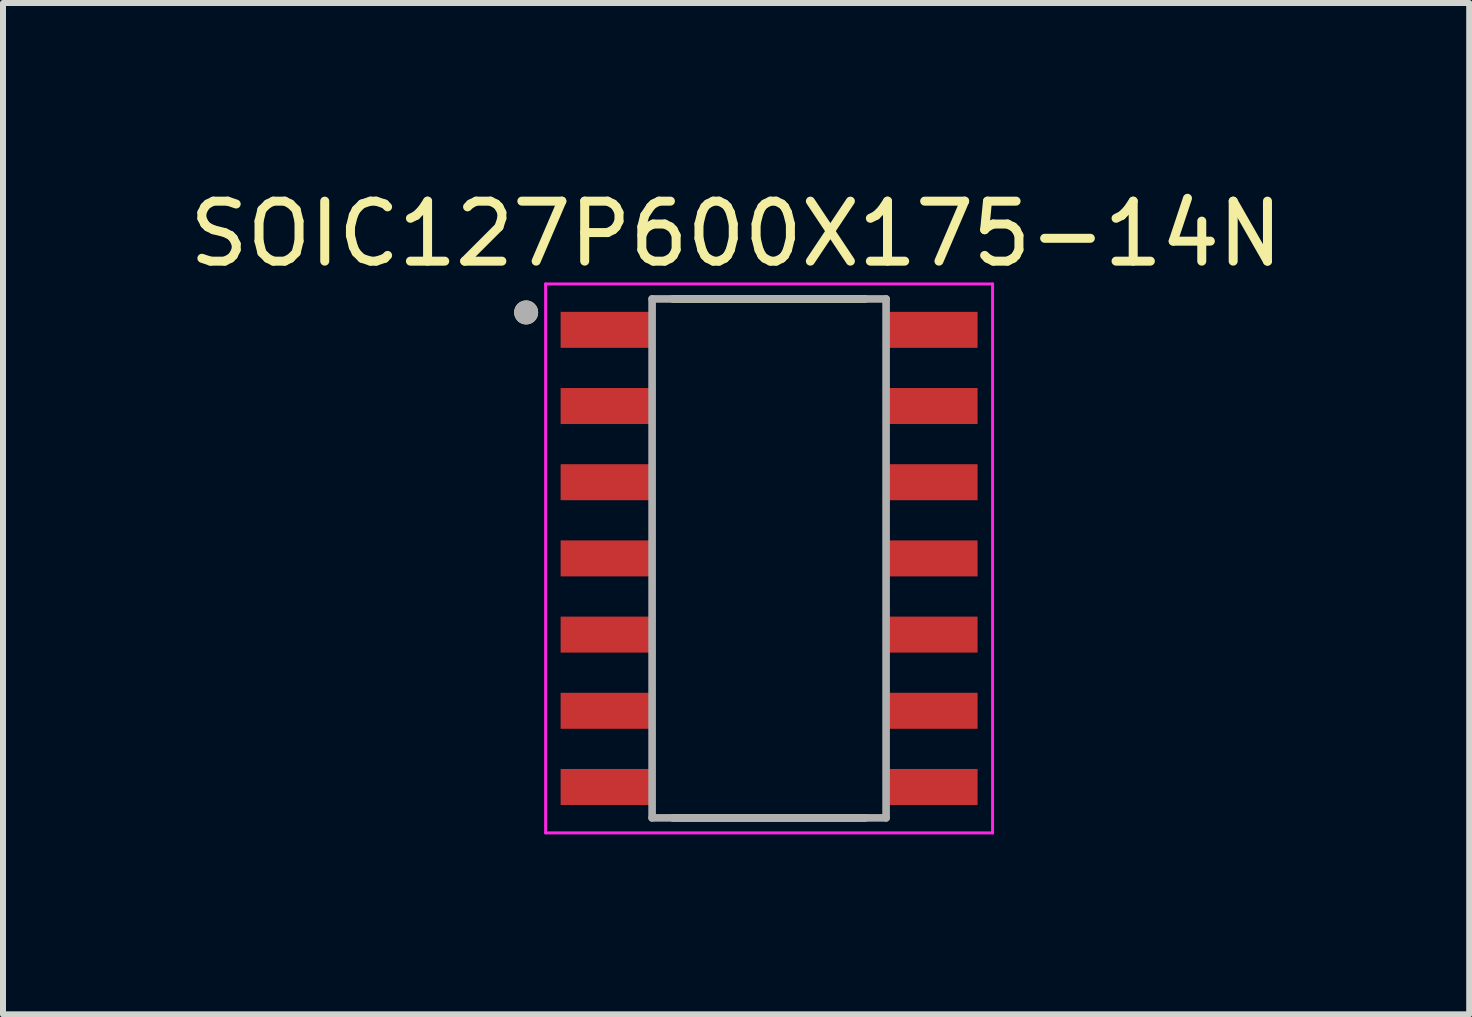
<source format=kicad_pcb>
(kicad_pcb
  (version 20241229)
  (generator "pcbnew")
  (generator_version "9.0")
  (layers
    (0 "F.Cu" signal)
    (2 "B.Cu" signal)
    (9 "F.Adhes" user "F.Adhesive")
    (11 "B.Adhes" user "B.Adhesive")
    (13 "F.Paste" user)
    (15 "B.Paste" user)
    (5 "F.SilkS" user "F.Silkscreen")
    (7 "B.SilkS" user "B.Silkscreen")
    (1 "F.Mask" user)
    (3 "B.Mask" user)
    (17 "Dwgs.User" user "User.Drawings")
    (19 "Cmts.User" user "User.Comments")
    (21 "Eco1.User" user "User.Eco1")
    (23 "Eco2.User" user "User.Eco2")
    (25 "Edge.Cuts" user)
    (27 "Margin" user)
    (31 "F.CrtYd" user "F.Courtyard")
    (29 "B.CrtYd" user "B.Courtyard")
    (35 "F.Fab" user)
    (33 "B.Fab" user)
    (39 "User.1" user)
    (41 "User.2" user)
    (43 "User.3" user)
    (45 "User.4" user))
  (footprint "SOIC127P600X175-14N"
    (layer "F.Cu")
    (at 9.77 6.258)
    (property "Reference" "SOIC127P600X175-14N" (at -0.55 -5.41 0) (layer "F.SilkS") (effects (font (size 1 1) (thickness 0.15))))
    (attr through_hole)
    (fp_line (start -1.605 -4.325) (end 1.605 -4.325) (stroke (width 0.127) (type solid)) (layer "F.SilkS"))
    (fp_line (start -1.605 4.325) (end 1.605 4.325) (stroke (width 0.127) (type solid)) (layer "F.SilkS"))
    (fp_circle (center -4.05 -4.1) (end -3.95 -4.1) (stroke (width 0.2) (type solid)) (fill no) (layer "F.SilkS"))
    (fp_poly (pts (xy -3.45 -4.085) (xy -1.95 -4.085) (xy -1.95 -3.535) (xy -3.45 -3.535)) (stroke (width 0.01) (type solid)) (fill yes) (layer "F.Paste"))
    (fp_poly (pts (xy -3.45 -2.815) (xy -1.95 -2.815) (xy -1.95 -2.265) (xy -3.45 -2.265)) (stroke (width 0.01) (type solid)) (fill yes) (layer "F.Paste"))
    (fp_poly (pts (xy -3.45 -1.545) (xy -1.95 -1.545) (xy -1.95 -0.995) (xy -3.45 -0.995)) (stroke (width 0.01) (type solid)) (fill yes) (layer "F.Paste"))
    (fp_poly (pts (xy -3.45 -0.275) (xy -1.95 -0.275) (xy -1.95 0.275) (xy -3.45 0.275)) (stroke (width 0.01) (type solid)) (fill yes) (layer "F.Paste"))
    (fp_poly (pts (xy -3.45 0.995) (xy -1.95 0.995) (xy -1.95 1.545) (xy -3.45 1.545)) (stroke (width 0.01) (type solid)) (fill yes) (layer "F.Paste"))
    (fp_poly (pts (xy -3.45 2.265) (xy -1.95 2.265) (xy -1.95 2.815) (xy -3.45 2.815)) (stroke (width 0.01) (type solid)) (fill yes) (layer "F.Paste"))
    (fp_poly (pts (xy -3.45 3.535) (xy -1.95 3.535) (xy -1.95 4.085) (xy -3.45 4.085)) (stroke (width 0.01) (type solid)) (fill yes) (layer "F.Paste"))
    (fp_poly (pts (xy 1.95 -4.085) (xy 3.45 -4.085) (xy 3.45 -3.535) (xy 1.95 -3.535)) (stroke (width 0.01) (type solid)) (fill yes) (layer "F.Paste"))
    (fp_poly (pts (xy 1.95 -2.815) (xy 3.45 -2.815) (xy 3.45 -2.265) (xy 1.95 -2.265)) (stroke (width 0.01) (type solid)) (fill yes) (layer "F.Paste"))
    (fp_poly (pts (xy 1.95 -1.545) (xy 3.45 -1.545) (xy 3.45 -0.995) (xy 1.95 -0.995)) (stroke (width 0.01) (type solid)) (fill yes) (layer "F.Paste"))
    (fp_poly (pts (xy 1.95 -0.275) (xy 3.45 -0.275) (xy 3.45 0.275) (xy 1.95 0.275)) (stroke (width 0.01) (type solid)) (fill yes) (layer "F.Paste"))
    (fp_poly (pts (xy 1.95 0.995) (xy 3.45 0.995) (xy 3.45 1.545) (xy 1.95 1.545)) (stroke (width 0.01) (type solid)) (fill yes) (layer "F.Paste"))
    (fp_poly (pts (xy 1.95 2.265) (xy 3.45 2.265) (xy 3.45 2.815) (xy 1.95 2.815)) (stroke (width 0.01) (type solid)) (fill yes) (layer "F.Paste"))
    (fp_poly (pts (xy 1.95 3.535) (xy 3.45 3.535) (xy 3.45 4.085) (xy 1.95 4.085)) (stroke (width 0.01) (type solid)) (fill yes) (layer "F.Paste"))
    (fp_line (start -3.725 -4.575) (end -3.725 4.575) (stroke (width 0.05) (type solid)) (layer "F.CrtYd"))
    (fp_line (start -3.725 4.575) (end 3.725 4.575) (stroke (width 0.05) (type solid)) (layer "F.CrtYd"))
    (fp_line (start 3.725 -4.575) (end -3.725 -4.575) (stroke (width 0.05) (type solid)) (layer "F.CrtYd"))
    (fp_line (start 3.725 4.575) (end 3.725 -4.575) (stroke (width 0.05) (type solid)) (layer "F.CrtYd"))
    (fp_line (start -1.95 -4.325) (end 1.95 -4.325) (stroke (width 0.127) (type solid)) (layer "F.Fab"))
    (fp_line (start -1.95 4.325) (end -1.95 -4.325) (stroke (width 0.127) (type solid)) (layer "F.Fab"))
    (fp_line (start 1.95 -4.325) (end 1.95 4.325) (stroke (width 0.127) (type solid)) (layer "F.Fab"))
    (fp_line (start 1.95 4.325) (end -1.95 4.325) (stroke (width 0.127) (type solid)) (layer "F.Fab"))
    (fp_circle (center -4.05 -4.1) (end -3.95 -4.1) (stroke (width 0.2) (type solid)) (fill no) (layer "F.Fab"))
    (pad "1" smd rect (at -2.7 -3.81) (size 1.55 0.6) (layers "F.Cu" "F.Mask"))
    (pad "2" smd rect (at -2.7 -2.54) (size 1.55 0.6) (layers "F.Cu" "F.Mask"))
    (pad "3" smd rect (at -2.7 -1.27) (size 1.55 0.6) (layers "F.Cu" "F.Mask"))
    (pad "4" smd rect (at -2.7 0) (size 1.55 0.6) (layers "F.Cu" "F.Mask"))
    (pad "5" smd rect (at -2.7 1.27) (size 1.55 0.6) (layers "F.Cu" "F.Mask"))
    (pad "6" smd rect (at -2.7 2.54) (size 1.55 0.6) (layers "F.Cu" "F.Mask"))
    (pad "7" smd rect (at -2.7 3.81) (size 1.55 0.6) (layers "F.Cu" "F.Mask"))
    (pad "8" smd rect (at 2.7 3.81) (size 1.55 0.6) (layers "F.Cu" "F.Mask"))
    (pad "9" smd rect (at 2.7 2.54) (size 1.55 0.6) (layers "F.Cu" "F.Mask"))
    (pad "10" smd rect (at 2.7 1.27) (size 1.55 0.6) (layers "F.Cu" "F.Mask"))
    (pad "11" smd rect (at 2.7 0) (size 1.55 0.6) (layers "F.Cu" "F.Mask"))
    (pad "12" smd rect (at 2.7 -1.27) (size 1.55 0.6) (layers "F.Cu" "F.Mask"))
    (pad "13" smd rect (at 2.7 -2.54) (size 1.55 0.6) (layers "F.Cu" "F.Mask"))
    (pad "14" smd rect (at 2.7 -3.81) (size 1.55 0.6) (layers "F.Cu" "F.Mask")))
  (gr_rect
    (start -3 -3)
    (end 21.44 13.858)
    (stroke (width 0.1) (type default))
    (fill no)
    (layer "Edge.Cuts")))
</source>
